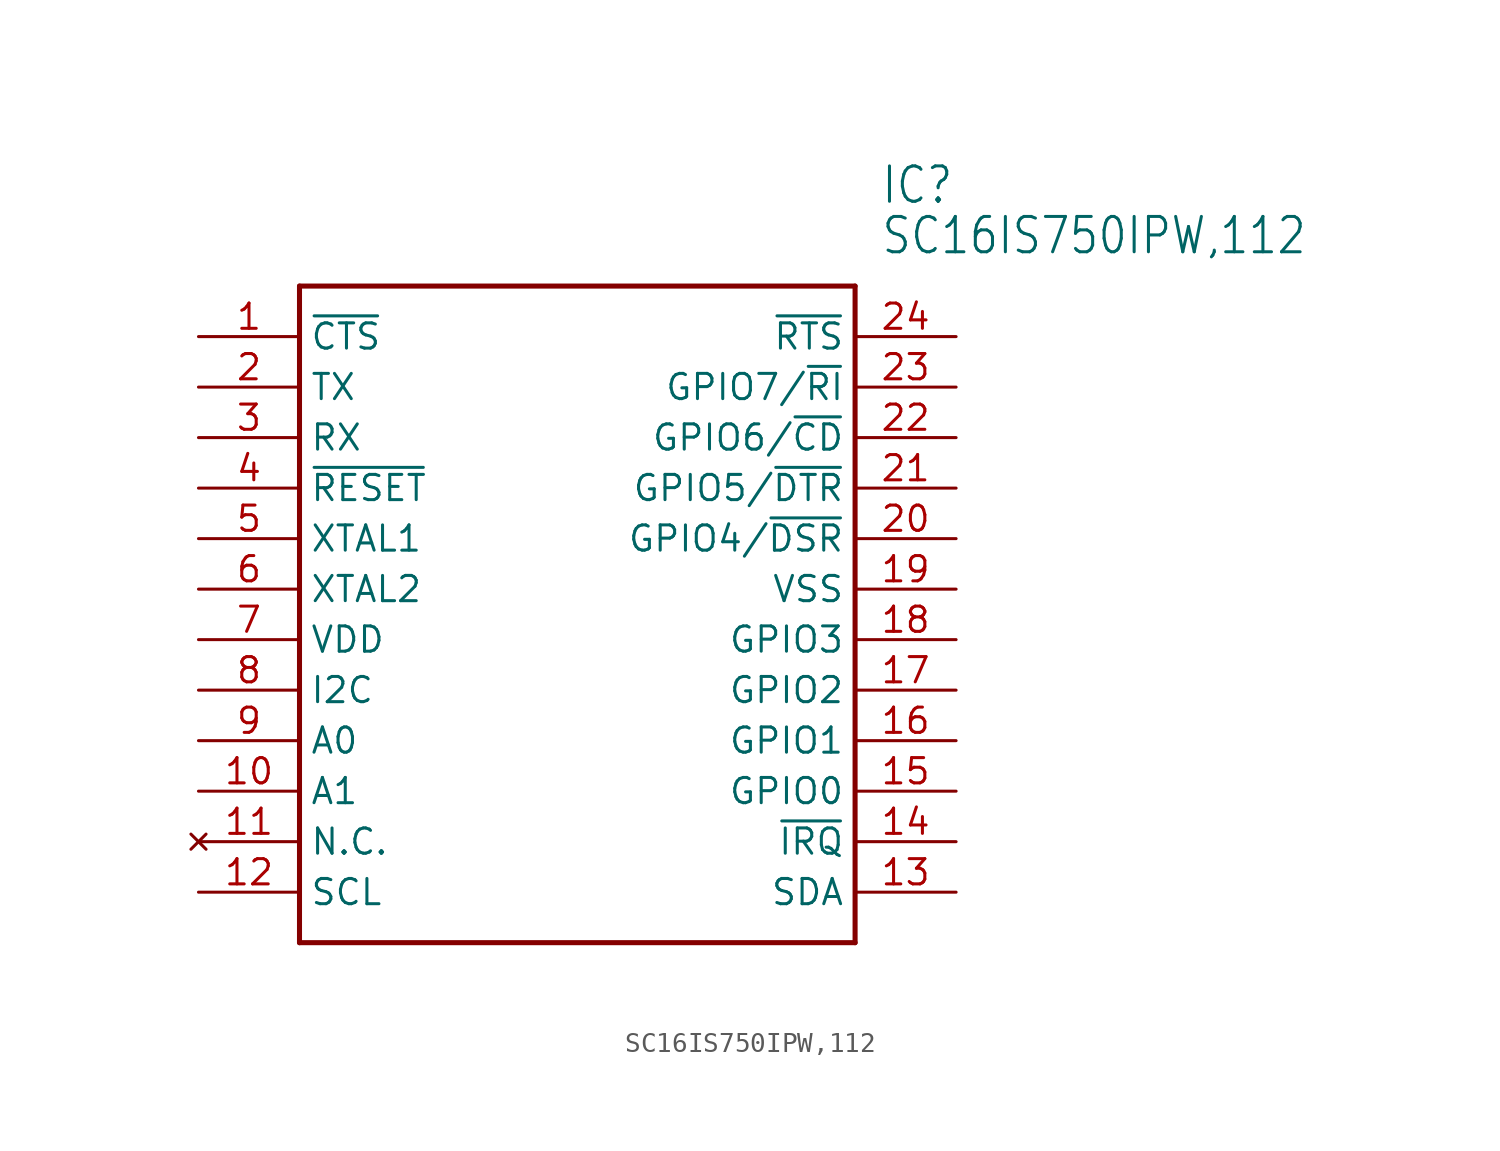
<source format=kicad_sym>
(kicad_symbol_lib
  (version 20211014)
  (generator kicad_symbol_editor)
  (symbol "SC16IS750IPW,112"
    (property "Reference" "IC"
      (at 34.29 7.62 0)
      (effects (font (size 1.778 1.511)) (justify left)))
    (property "Value" "SC16IS750IPW,112"
      (at 34.29 5.08 0)
      (effects (font (size 1.778 1.511)) (justify left)))
    (property "ki_locked" ""
      (at 0 0 0)
      (effects (font (size 1.27 1.27))))
    (symbol "SC16IS750IPW,112_1_0"
      (polyline (pts (xy 5.08 2.54) (xy 5.08 -30.48)) (stroke (width 0.254) (type default) (color 0 0 0 0)) (fill (type none)))
      (polyline (pts (xy 5.08 2.54) (xy 33.02 2.54)) (stroke (width 0.254) (type default) (color 0 0 0 0)) (fill (type none)))
      (polyline (pts (xy 33.02 -30.48) (xy 5.08 -30.48)) (stroke (width 0.254) (type default) (color 0 0 0 0)) (fill (type none)))
      (polyline (pts (xy 33.02 -30.48) (xy 33.02 2.54)) (stroke (width 0.254) (type default) (color 0 0 0 0)) (fill (type none)))
      (pin bidirectional line (at 0 0 0) (length 5.08) (name "~{CTS}" (effects (font (size 1.27 1.27)))) (number "1" (effects (font (size 1.27 1.27)))))
      (pin bidirectional line (at 0 -22.86 0) (length 5.08) (name "A1" (effects (font (size 1.27 1.27)))) (number "10" (effects (font (size 1.27 1.27)))))
      (pin no_connect line (at 0 -25.4 0) (length 5.08) (name "N.C." (effects (font (size 1.27 1.27)))) (number "11" (effects (font (size 1.27 1.27)))))
      (pin bidirectional line (at 0 -27.94 0) (length 5.08) (name "SCL" (effects (font (size 1.27 1.27)))) (number "12" (effects (font (size 1.27 1.27)))))
      (pin bidirectional line (at 38.1 -27.94 180) (length 5.08) (name "SDA" (effects (font (size 1.27 1.27)))) (number "13" (effects (font (size 1.27 1.27)))))
      (pin bidirectional line (at 38.1 -25.4 180) (length 5.08) (name "~{IRQ}" (effects (font (size 1.27 1.27)))) (number "14" (effects (font (size 1.27 1.27)))))
      (pin bidirectional line (at 38.1 -22.86 180) (length 5.08) (name "GPIO0" (effects (font (size 1.27 1.27)))) (number "15" (effects (font (size 1.27 1.27)))))
      (pin bidirectional line (at 38.1 -20.32 180) (length 5.08) (name "GPIO1" (effects (font (size 1.27 1.27)))) (number "16" (effects (font (size 1.27 1.27)))))
      (pin bidirectional line (at 38.1 -17.78 180) (length 5.08) (name "GPIO2" (effects (font (size 1.27 1.27)))) (number "17" (effects (font (size 1.27 1.27)))))
      (pin bidirectional line (at 38.1 -15.24 180) (length 5.08) (name "GPIO3" (effects (font (size 1.27 1.27)))) (number "18" (effects (font (size 1.27 1.27)))))
      (pin bidirectional line (at 38.1 -12.7 180) (length 5.08) (name "VSS" (effects (font (size 1.27 1.27)))) (number "19" (effects (font (size 1.27 1.27)))))
      (pin bidirectional line (at 0 -2.54 0) (length 5.08) (name "TX" (effects (font (size 1.27 1.27)))) (number "2" (effects (font (size 1.27 1.27)))))
      (pin bidirectional line (at 38.1 -10.16 180) (length 5.08) (name "GPIO4/~{DSR}" (effects (font (size 1.27 1.27)))) (number "20" (effects (font (size 1.27 1.27)))))
      (pin bidirectional line (at 38.1 -7.62 180) (length 5.08) (name "GPIO5/~{DTR}" (effects (font (size 1.27 1.27)))) (number "21" (effects (font (size 1.27 1.27)))))
      (pin bidirectional line (at 38.1 -5.08 180) (length 5.08) (name "GPIO6/~{CD}" (effects (font (size 1.27 1.27)))) (number "22" (effects (font (size 1.27 1.27)))))
      (pin bidirectional line (at 38.1 -2.54 180) (length 5.08) (name "GPIO7/~{RI}" (effects (font (size 1.27 1.27)))) (number "23" (effects (font (size 1.27 1.27)))))
      (pin bidirectional line (at 38.1 0 180) (length 5.08) (name "~{RTS}" (effects (font (size 1.27 1.27)))) (number "24" (effects (font (size 1.27 1.27)))))
      (pin bidirectional line (at 0 -5.08 0) (length 5.08) (name "RX" (effects (font (size 1.27 1.27)))) (number "3" (effects (font (size 1.27 1.27)))))
      (pin bidirectional line (at 0 -7.62 0) (length 5.08) (name "~{RESET}" (effects (font (size 1.27 1.27)))) (number "4" (effects (font (size 1.27 1.27)))))
      (pin bidirectional line (at 0 -10.16 0) (length 5.08) (name "XTAL1" (effects (font (size 1.27 1.27)))) (number "5" (effects (font (size 1.27 1.27)))))
      (pin bidirectional line (at 0 -12.7 0) (length 5.08) (name "XTAL2" (effects (font (size 1.27 1.27)))) (number "6" (effects (font (size 1.27 1.27)))))
      (pin bidirectional line (at 0 -15.24 0) (length 5.08) (name "VDD" (effects (font (size 1.27 1.27)))) (number "7" (effects (font (size 1.27 1.27)))))
      (pin bidirectional line (at 0 -17.78 0) (length 5.08) (name "I2C" (effects (font (size 1.27 1.27)))) (number "8" (effects (font (size 1.27 1.27)))))
      (pin bidirectional line (at 0 -20.32 0) (length 5.08) (name "A0" (effects (font (size 1.27 1.27)))) (number "9" (effects (font (size 1.27 1.27))))))))
</source>
